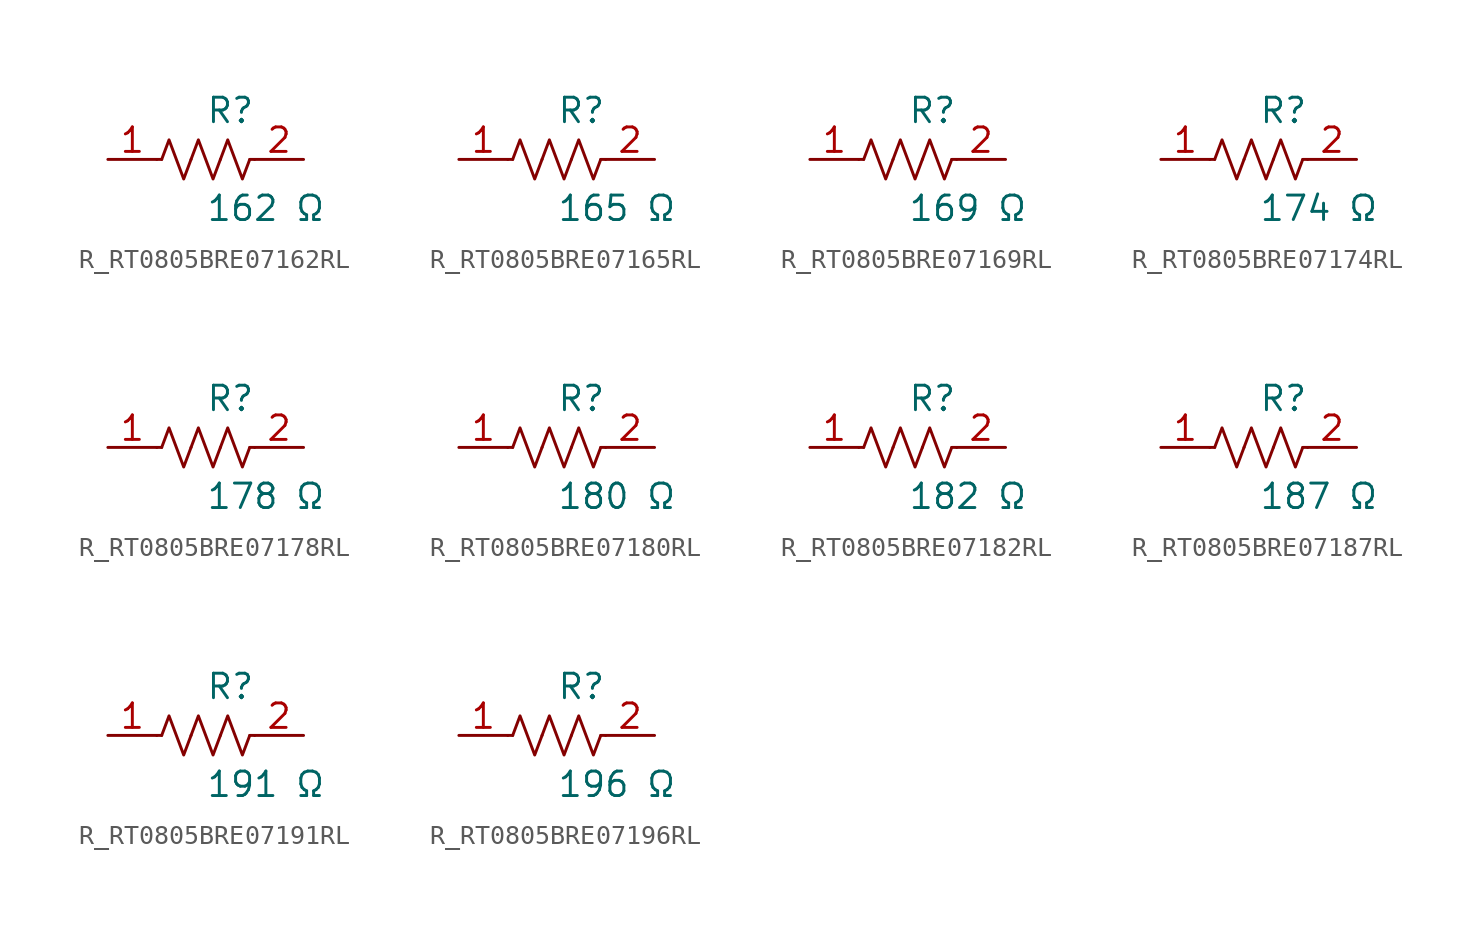
<source format=kicad_sym>
(kicad_symbol_lib
  (version 20231120)
  (generator kicad_symbol_editor)
  (generator_version 8.0)
  (symbol "R_RT0805BRE07162RL"
    (pin_names
      (offset 0.254))
    (property "Reference" "R"
      (at 0.0 2.54 0)
      (effects (font (size 1.27 1.27)) (justify left)))
    (property "Value" "162 Ω"
      (at 0.0 -2.54 0)
      (effects (font (size 1.27 1.27)) (justify left)))
    (symbol "R_RT0805BRE07162RL_0_1"
      (polyline (pts (xy 2.286 0) (xy 2.54 0)) (stroke (width 0) (type default)) (fill (type none)))
      (polyline (pts (xy -2.286 0) (xy -2.54 0)) (stroke (width 0) (type default)) (fill (type none)))
      (polyline (pts (xy 0.762 0) (xy 1.143 1.016) (xy 1.524 0) (xy 1.905 -1.016) (xy 2.286 0)) (stroke (width 0) (type default)) (fill (type none)))
      (polyline (pts (xy -0.762 0) (xy -0.381 1.016) (xy 0 0) (xy 0.381 -1.016) (xy 0.762 0)) (stroke (width 0) (type default)) (fill (type none)))
      (polyline (pts (xy -2.286 0) (xy -1.905 1.016) (xy -1.524 0) (xy -1.143 -1.016) (xy -0.762 0)) (stroke (width 0) (type default)) (fill (type none))))
    (pin unspecified line
      (at -5.08 0 0)
      (length 2.54)
      (name "" (effects (font (size 1.27 1.27))))
      (number "1" (effects (font (size 1.27 1.27)))))
    (pin unspecified line
      (at 5.08 0 180)
      (length 2.54)
      (name "" (effects (font (size 1.27 1.27))))
      (number "2" (effects (font (size 1.27 1.27))))))
  (symbol "R_RT0805BRE07165RL"
    (pin_names
      (offset 0.254))
    (property "Reference" "R"
      (at 0.0 2.54 0)
      (effects (font (size 1.27 1.27)) (justify left)))
    (property "Value" "165 Ω"
      (at 0.0 -2.54 0)
      (effects (font (size 1.27 1.27)) (justify left)))
    (symbol "R_RT0805BRE07165RL_0_1"
      (polyline (pts (xy 2.286 0) (xy 2.54 0)) (stroke (width 0) (type default)) (fill (type none)))
      (polyline (pts (xy -2.286 0) (xy -2.54 0)) (stroke (width 0) (type default)) (fill (type none)))
      (polyline (pts (xy 0.762 0) (xy 1.143 1.016) (xy 1.524 0) (xy 1.905 -1.016) (xy 2.286 0)) (stroke (width 0) (type default)) (fill (type none)))
      (polyline (pts (xy -0.762 0) (xy -0.381 1.016) (xy 0 0) (xy 0.381 -1.016) (xy 0.762 0)) (stroke (width 0) (type default)) (fill (type none)))
      (polyline (pts (xy -2.286 0) (xy -1.905 1.016) (xy -1.524 0) (xy -1.143 -1.016) (xy -0.762 0)) (stroke (width 0) (type default)) (fill (type none))))
    (pin unspecified line
      (at -5.08 0 0)
      (length 2.54)
      (name "" (effects (font (size 1.27 1.27))))
      (number "1" (effects (font (size 1.27 1.27)))))
    (pin unspecified line
      (at 5.08 0 180)
      (length 2.54)
      (name "" (effects (font (size 1.27 1.27))))
      (number "2" (effects (font (size 1.27 1.27))))))
  (symbol "R_RT0805BRE07169RL"
    (pin_names
      (offset 0.254))
    (property "Reference" "R"
      (at 0.0 2.54 0)
      (effects (font (size 1.27 1.27)) (justify left)))
    (property "Value" "169 Ω"
      (at 0.0 -2.54 0)
      (effects (font (size 1.27 1.27)) (justify left)))
    (symbol "R_RT0805BRE07169RL_0_1"
      (polyline (pts (xy 2.286 0) (xy 2.54 0)) (stroke (width 0) (type default)) (fill (type none)))
      (polyline (pts (xy -2.286 0) (xy -2.54 0)) (stroke (width 0) (type default)) (fill (type none)))
      (polyline (pts (xy 0.762 0) (xy 1.143 1.016) (xy 1.524 0) (xy 1.905 -1.016) (xy 2.286 0)) (stroke (width 0) (type default)) (fill (type none)))
      (polyline (pts (xy -0.762 0) (xy -0.381 1.016) (xy 0 0) (xy 0.381 -1.016) (xy 0.762 0)) (stroke (width 0) (type default)) (fill (type none)))
      (polyline (pts (xy -2.286 0) (xy -1.905 1.016) (xy -1.524 0) (xy -1.143 -1.016) (xy -0.762 0)) (stroke (width 0) (type default)) (fill (type none))))
    (pin unspecified line
      (at -5.08 0 0)
      (length 2.54)
      (name "" (effects (font (size 1.27 1.27))))
      (number "1" (effects (font (size 1.27 1.27)))))
    (pin unspecified line
      (at 5.08 0 180)
      (length 2.54)
      (name "" (effects (font (size 1.27 1.27))))
      (number "2" (effects (font (size 1.27 1.27))))))
  (symbol "R_RT0805BRE07174RL"
    (pin_names
      (offset 0.254))
    (property "Reference" "R"
      (at 0.0 2.54 0)
      (effects (font (size 1.27 1.27)) (justify left)))
    (property "Value" "174 Ω"
      (at 0.0 -2.54 0)
      (effects (font (size 1.27 1.27)) (justify left)))
    (symbol "R_RT0805BRE07174RL_0_1"
      (polyline (pts (xy 2.286 0) (xy 2.54 0)) (stroke (width 0) (type default)) (fill (type none)))
      (polyline (pts (xy -2.286 0) (xy -2.54 0)) (stroke (width 0) (type default)) (fill (type none)))
      (polyline (pts (xy 0.762 0) (xy 1.143 1.016) (xy 1.524 0) (xy 1.905 -1.016) (xy 2.286 0)) (stroke (width 0) (type default)) (fill (type none)))
      (polyline (pts (xy -0.762 0) (xy -0.381 1.016) (xy 0 0) (xy 0.381 -1.016) (xy 0.762 0)) (stroke (width 0) (type default)) (fill (type none)))
      (polyline (pts (xy -2.286 0) (xy -1.905 1.016) (xy -1.524 0) (xy -1.143 -1.016) (xy -0.762 0)) (stroke (width 0) (type default)) (fill (type none))))
    (pin unspecified line
      (at -5.08 0 0)
      (length 2.54)
      (name "" (effects (font (size 1.27 1.27))))
      (number "1" (effects (font (size 1.27 1.27)))))
    (pin unspecified line
      (at 5.08 0 180)
      (length 2.54)
      (name "" (effects (font (size 1.27 1.27))))
      (number "2" (effects (font (size 1.27 1.27))))))
  (symbol "R_RT0805BRE07178RL"
    (pin_names
      (offset 0.254))
    (property "Reference" "R"
      (at 0.0 2.54 0)
      (effects (font (size 1.27 1.27)) (justify left)))
    (property "Value" "178 Ω"
      (at 0.0 -2.54 0)
      (effects (font (size 1.27 1.27)) (justify left)))
    (symbol "R_RT0805BRE07178RL_0_1"
      (polyline (pts (xy 2.286 0) (xy 2.54 0)) (stroke (width 0) (type default)) (fill (type none)))
      (polyline (pts (xy -2.286 0) (xy -2.54 0)) (stroke (width 0) (type default)) (fill (type none)))
      (polyline (pts (xy 0.762 0) (xy 1.143 1.016) (xy 1.524 0) (xy 1.905 -1.016) (xy 2.286 0)) (stroke (width 0) (type default)) (fill (type none)))
      (polyline (pts (xy -0.762 0) (xy -0.381 1.016) (xy 0 0) (xy 0.381 -1.016) (xy 0.762 0)) (stroke (width 0) (type default)) (fill (type none)))
      (polyline (pts (xy -2.286 0) (xy -1.905 1.016) (xy -1.524 0) (xy -1.143 -1.016) (xy -0.762 0)) (stroke (width 0) (type default)) (fill (type none))))
    (pin unspecified line
      (at -5.08 0 0)
      (length 2.54)
      (name "" (effects (font (size 1.27 1.27))))
      (number "1" (effects (font (size 1.27 1.27)))))
    (pin unspecified line
      (at 5.08 0 180)
      (length 2.54)
      (name "" (effects (font (size 1.27 1.27))))
      (number "2" (effects (font (size 1.27 1.27))))))
  (symbol "R_RT0805BRE07180RL"
    (pin_names
      (offset 0.254))
    (property "Reference" "R"
      (at 0.0 2.54 0)
      (effects (font (size 1.27 1.27)) (justify left)))
    (property "Value" "180 Ω"
      (at 0.0 -2.54 0)
      (effects (font (size 1.27 1.27)) (justify left)))
    (symbol "R_RT0805BRE07180RL_0_1"
      (polyline (pts (xy 2.286 0) (xy 2.54 0)) (stroke (width 0) (type default)) (fill (type none)))
      (polyline (pts (xy -2.286 0) (xy -2.54 0)) (stroke (width 0) (type default)) (fill (type none)))
      (polyline (pts (xy 0.762 0) (xy 1.143 1.016) (xy 1.524 0) (xy 1.905 -1.016) (xy 2.286 0)) (stroke (width 0) (type default)) (fill (type none)))
      (polyline (pts (xy -0.762 0) (xy -0.381 1.016) (xy 0 0) (xy 0.381 -1.016) (xy 0.762 0)) (stroke (width 0) (type default)) (fill (type none)))
      (polyline (pts (xy -2.286 0) (xy -1.905 1.016) (xy -1.524 0) (xy -1.143 -1.016) (xy -0.762 0)) (stroke (width 0) (type default)) (fill (type none))))
    (pin unspecified line
      (at -5.08 0 0)
      (length 2.54)
      (name "" (effects (font (size 1.27 1.27))))
      (number "1" (effects (font (size 1.27 1.27)))))
    (pin unspecified line
      (at 5.08 0 180)
      (length 2.54)
      (name "" (effects (font (size 1.27 1.27))))
      (number "2" (effects (font (size 1.27 1.27))))))
  (symbol "R_RT0805BRE07182RL"
    (pin_names
      (offset 0.254))
    (property "Reference" "R"
      (at 0.0 2.54 0)
      (effects (font (size 1.27 1.27)) (justify left)))
    (property "Value" "182 Ω"
      (at 0.0 -2.54 0)
      (effects (font (size 1.27 1.27)) (justify left)))
    (symbol "R_RT0805BRE07182RL_0_1"
      (polyline (pts (xy 2.286 0) (xy 2.54 0)) (stroke (width 0) (type default)) (fill (type none)))
      (polyline (pts (xy -2.286 0) (xy -2.54 0)) (stroke (width 0) (type default)) (fill (type none)))
      (polyline (pts (xy 0.762 0) (xy 1.143 1.016) (xy 1.524 0) (xy 1.905 -1.016) (xy 2.286 0)) (stroke (width 0) (type default)) (fill (type none)))
      (polyline (pts (xy -0.762 0) (xy -0.381 1.016) (xy 0 0) (xy 0.381 -1.016) (xy 0.762 0)) (stroke (width 0) (type default)) (fill (type none)))
      (polyline (pts (xy -2.286 0) (xy -1.905 1.016) (xy -1.524 0) (xy -1.143 -1.016) (xy -0.762 0)) (stroke (width 0) (type default)) (fill (type none))))
    (pin unspecified line
      (at -5.08 0 0)
      (length 2.54)
      (name "" (effects (font (size 1.27 1.27))))
      (number "1" (effects (font (size 1.27 1.27)))))
    (pin unspecified line
      (at 5.08 0 180)
      (length 2.54)
      (name "" (effects (font (size 1.27 1.27))))
      (number "2" (effects (font (size 1.27 1.27))))))
  (symbol "R_RT0805BRE07187RL"
    (pin_names
      (offset 0.254))
    (property "Reference" "R"
      (at 0.0 2.54 0)
      (effects (font (size 1.27 1.27)) (justify left)))
    (property "Value" "187 Ω"
      (at 0.0 -2.54 0)
      (effects (font (size 1.27 1.27)) (justify left)))
    (symbol "R_RT0805BRE07187RL_0_1"
      (polyline (pts (xy 2.286 0) (xy 2.54 0)) (stroke (width 0) (type default)) (fill (type none)))
      (polyline (pts (xy -2.286 0) (xy -2.54 0)) (stroke (width 0) (type default)) (fill (type none)))
      (polyline (pts (xy 0.762 0) (xy 1.143 1.016) (xy 1.524 0) (xy 1.905 -1.016) (xy 2.286 0)) (stroke (width 0) (type default)) (fill (type none)))
      (polyline (pts (xy -0.762 0) (xy -0.381 1.016) (xy 0 0) (xy 0.381 -1.016) (xy 0.762 0)) (stroke (width 0) (type default)) (fill (type none)))
      (polyline (pts (xy -2.286 0) (xy -1.905 1.016) (xy -1.524 0) (xy -1.143 -1.016) (xy -0.762 0)) (stroke (width 0) (type default)) (fill (type none))))
    (pin unspecified line
      (at -5.08 0 0)
      (length 2.54)
      (name "" (effects (font (size 1.27 1.27))))
      (number "1" (effects (font (size 1.27 1.27)))))
    (pin unspecified line
      (at 5.08 0 180)
      (length 2.54)
      (name "" (effects (font (size 1.27 1.27))))
      (number "2" (effects (font (size 1.27 1.27))))))
  (symbol "R_RT0805BRE07191RL"
    (pin_names
      (offset 0.254))
    (property "Reference" "R"
      (at 0.0 2.54 0)
      (effects (font (size 1.27 1.27)) (justify left)))
    (property "Value" "191 Ω"
      (at 0.0 -2.54 0)
      (effects (font (size 1.27 1.27)) (justify left)))
    (symbol "R_RT0805BRE07191RL_0_1"
      (polyline (pts (xy 2.286 0) (xy 2.54 0)) (stroke (width 0) (type default)) (fill (type none)))
      (polyline (pts (xy -2.286 0) (xy -2.54 0)) (stroke (width 0) (type default)) (fill (type none)))
      (polyline (pts (xy 0.762 0) (xy 1.143 1.016) (xy 1.524 0) (xy 1.905 -1.016) (xy 2.286 0)) (stroke (width 0) (type default)) (fill (type none)))
      (polyline (pts (xy -0.762 0) (xy -0.381 1.016) (xy 0 0) (xy 0.381 -1.016) (xy 0.762 0)) (stroke (width 0) (type default)) (fill (type none)))
      (polyline (pts (xy -2.286 0) (xy -1.905 1.016) (xy -1.524 0) (xy -1.143 -1.016) (xy -0.762 0)) (stroke (width 0) (type default)) (fill (type none))))
    (pin unspecified line
      (at -5.08 0 0)
      (length 2.54)
      (name "" (effects (font (size 1.27 1.27))))
      (number "1" (effects (font (size 1.27 1.27)))))
    (pin unspecified line
      (at 5.08 0 180)
      (length 2.54)
      (name "" (effects (font (size 1.27 1.27))))
      (number "2" (effects (font (size 1.27 1.27))))))
  (symbol "R_RT0805BRE07196RL"
    (pin_names
      (offset 0.254))
    (property "Reference" "R"
      (at 0.0 2.54 0)
      (effects (font (size 1.27 1.27)) (justify left)))
    (property "Value" "196 Ω"
      (at 0.0 -2.54 0)
      (effects (font (size 1.27 1.27)) (justify left)))
    (symbol "R_RT0805BRE07196RL_0_1"
      (polyline (pts (xy 2.286 0) (xy 2.54 0)) (stroke (width 0) (type default)) (fill (type none)))
      (polyline (pts (xy -2.286 0) (xy -2.54 0)) (stroke (width 0) (type default)) (fill (type none)))
      (polyline (pts (xy 0.762 0) (xy 1.143 1.016) (xy 1.524 0) (xy 1.905 -1.016) (xy 2.286 0)) (stroke (width 0) (type default)) (fill (type none)))
      (polyline (pts (xy -0.762 0) (xy -0.381 1.016) (xy 0 0) (xy 0.381 -1.016) (xy 0.762 0)) (stroke (width 0) (type default)) (fill (type none)))
      (polyline (pts (xy -2.286 0) (xy -1.905 1.016) (xy -1.524 0) (xy -1.143 -1.016) (xy -0.762 0)) (stroke (width 0) (type default)) (fill (type none))))
    (pin unspecified line
      (at -5.08 0 0)
      (length 2.54)
      (name "" (effects (font (size 1.27 1.27))))
      (number "1" (effects (font (size 1.27 1.27)))))
    (pin unspecified line
      (at 5.08 0 180)
      (length 2.54)
      (name "" (effects (font (size 1.27 1.27))))
      (number "2" (effects (font (size 1.27 1.27)))))))
</source>
